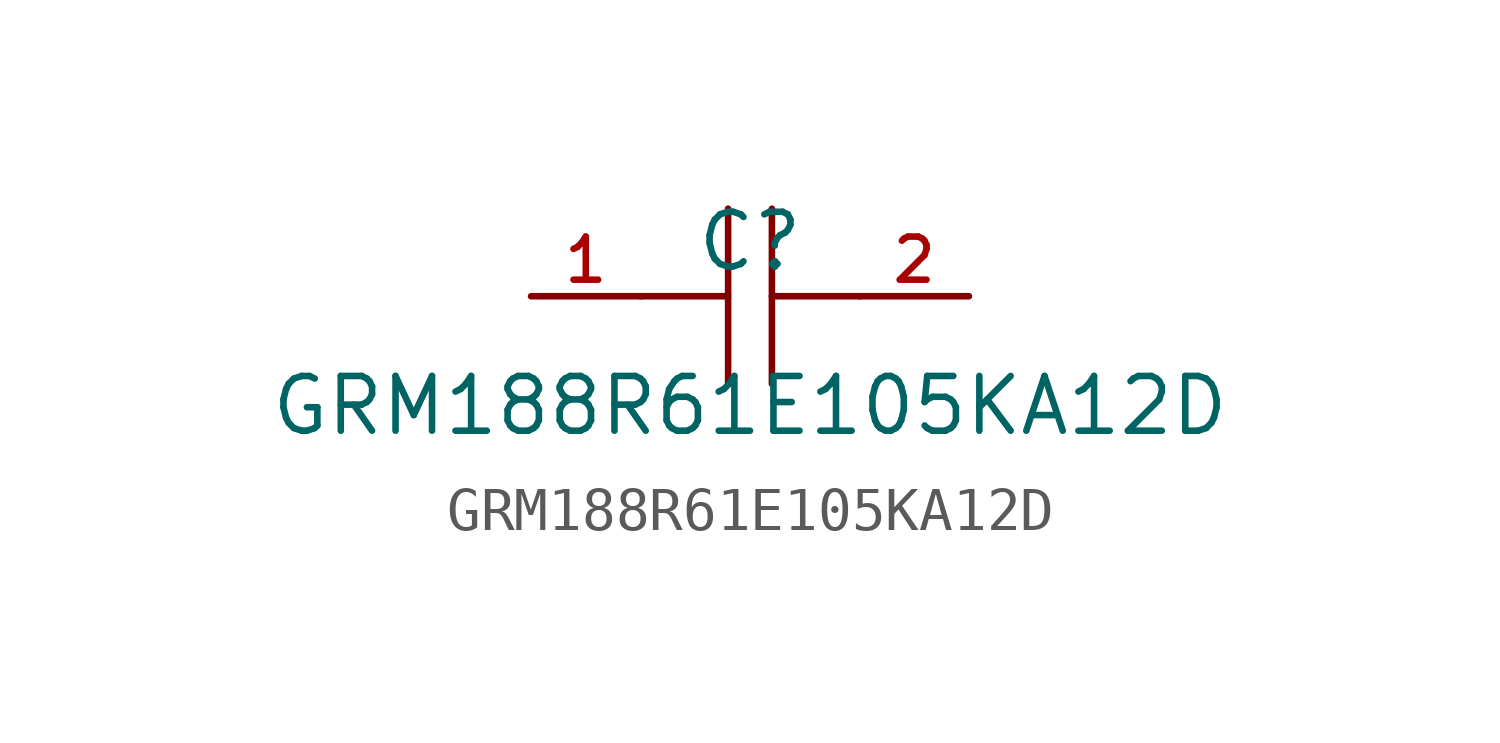
<source format=kicad_sym>
(kicad_symbol_lib
  (version 20210201)
  (generator TousstNicolas/JLC2KiCad_lib)
  (symbol "GRM188R61E105KA12D"
    (pin_names hide)
    (property "Reference" "C"
      (at 0 1.27 0)
      (effects (font (size 1.27 1.27))))
    (property "Value" "GRM188R61E105KA12D"
      (at 0 -2.54 0)
      (effects (font (size 1.27 1.27))))
    (symbol "GRM188R61E105KA12D_0_1"
      (polyline (pts (xy -0.508 -2.032) (xy -0.508 2.032)) (stroke (width 0) (type default) (color 0 0 0 0)) (fill (type none)))
      (pin unspecified line (at -5.08 -0.0 0) (length 2.54) (name "1" (effects (font (size 1 1)))) (number "1" (effects (font (size 1 1)))))
      (polyline (pts (xy 2.54 -0.0) (xy 0.508 -0.0)) (stroke (width 0) (type default) (color 0 0 0 0)) (fill (type none)))
      (polyline (pts (xy 0.508 2.032) (xy 0.508 -2.032)) (stroke (width 0) (type default) (color 0 0 0 0)) (fill (type none)))
      (pin unspecified line (at 5.08 -0.0 180) (length 2.54) (name "2" (effects (font (size 1 1)))) (number "2" (effects (font (size 1 1)))))
      (polyline (pts (xy -0.508 -0.0) (xy -2.54 -0.0)) (stroke (width 0) (type default) (color 0 0 0 0)) (fill (type none))))))
</source>
